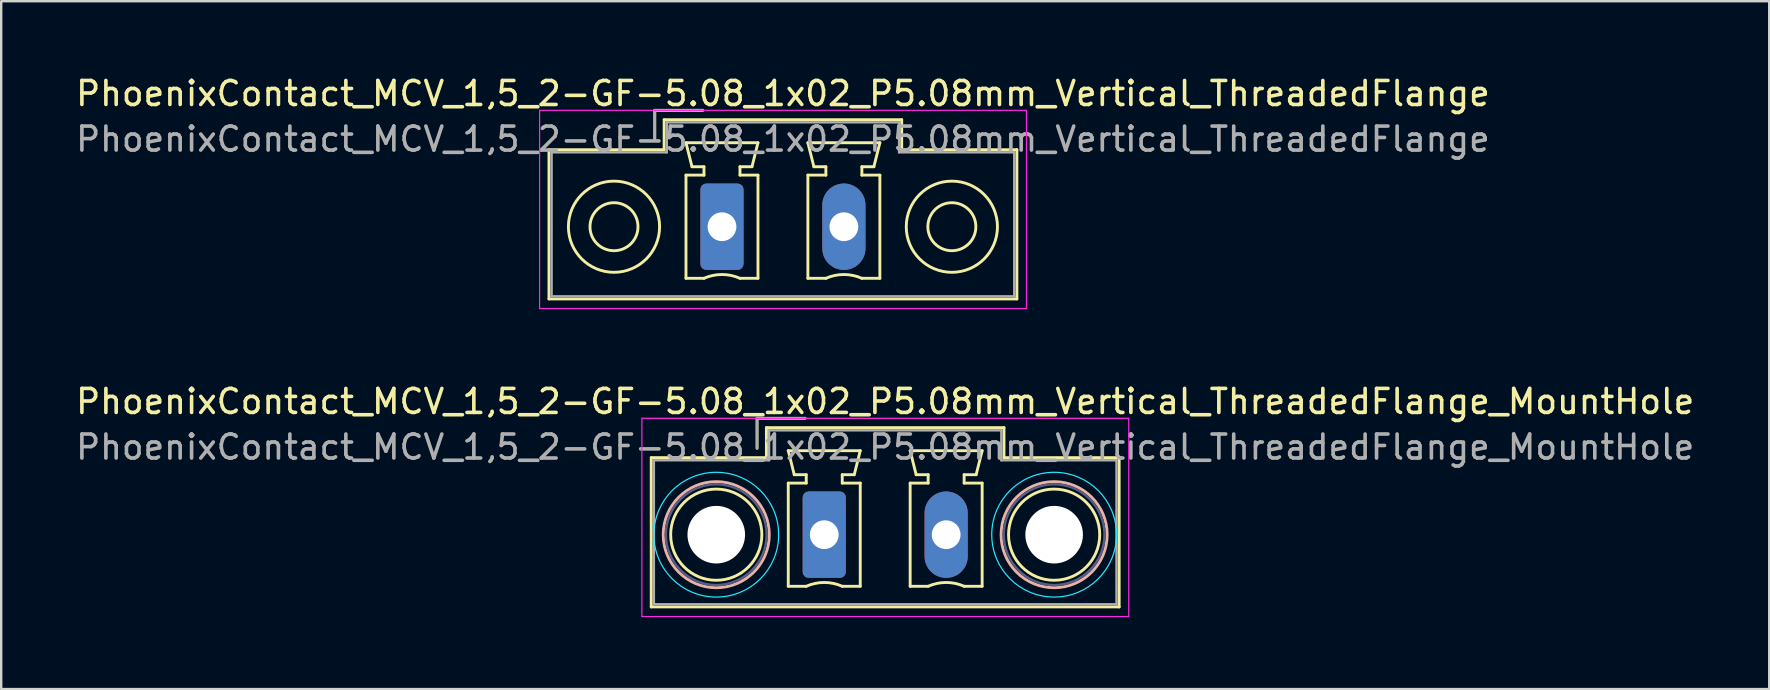
<source format=kicad_pcb>
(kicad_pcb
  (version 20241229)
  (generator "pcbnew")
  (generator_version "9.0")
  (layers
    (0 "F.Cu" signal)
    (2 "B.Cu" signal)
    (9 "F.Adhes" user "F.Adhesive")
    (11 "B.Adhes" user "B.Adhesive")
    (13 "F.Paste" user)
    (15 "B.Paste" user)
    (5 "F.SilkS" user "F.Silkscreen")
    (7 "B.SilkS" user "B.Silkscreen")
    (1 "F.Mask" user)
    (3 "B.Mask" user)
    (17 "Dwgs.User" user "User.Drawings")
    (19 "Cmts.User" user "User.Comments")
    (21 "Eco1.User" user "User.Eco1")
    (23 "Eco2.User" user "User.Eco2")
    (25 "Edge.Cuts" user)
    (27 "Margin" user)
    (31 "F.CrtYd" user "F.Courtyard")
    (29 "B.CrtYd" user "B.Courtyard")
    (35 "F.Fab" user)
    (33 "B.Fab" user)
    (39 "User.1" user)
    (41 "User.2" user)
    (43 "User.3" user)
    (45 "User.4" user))
  (footprint "PhoenixContact_MCV_1,5_2-GF-5.08_1x02_P5.08mm_Vertical_ThreadedFlange_MountHole"
    (layer "F.Cu")
    (at 31.299 19.232)
    (property "Reference" "PhoenixContact_MCV_1,5_2-GF-5.08_1x02_P5.08mm_Vertical_ThreadedFlange_MountHole" (at 2.54 -5.55 0) (layer "F.SilkS") (effects (font (size 1 1) (thickness 0.15))))
    (attr through_hole)
    (fp_line (start -7.21 -3.21) (end -7.21 3.01) (stroke (width 0.12) (type solid)) (layer "F.SilkS"))
    (fp_line (start -7.21 3.01) (end 12.29 3.01) (stroke (width 0.12) (type solid)) (layer "F.SilkS"))
    (fp_line (start -2.8 -4.85) (end -0.8 -4.85) (stroke (width 0.12) (type solid)) (layer "F.SilkS"))
    (fp_line (start -2.8 -3.6) (end -2.8 -4.85) (stroke (width 0.12) (type solid)) (layer "F.SilkS"))
    (fp_line (start -2.41 -4.46) (end -2.41 -3.21) (stroke (width 0.12) (type solid)) (layer "F.SilkS"))
    (fp_line (start -2.41 -3.21) (end -7.21 -3.21) (stroke (width 0.12) (type solid)) (layer "F.SilkS"))
    (fp_line (start -1.5 -3.5) (end 1.5 -3.5) (stroke (width 0.12) (type solid)) (layer "F.SilkS"))
    (fp_line (start -1.5 -2.15) (end -0.75 -2.15) (stroke (width 0.12) (type solid)) (layer "F.SilkS"))
    (fp_line (start -1.5 2.15) (end -1.5 -2.15) (stroke (width 0.12) (type solid)) (layer "F.SilkS"))
    (fp_line (start -1.25 -2.5) (end -1.5 -3.5) (stroke (width 0.12) (type solid)) (layer "F.SilkS"))
    (fp_line (start -0.75 -2.5) (end -1.25 -2.5) (stroke (width 0.12) (type solid)) (layer "F.SilkS"))
    (fp_line (start -0.75 -2.15) (end -0.75 -2.5) (stroke (width 0.12) (type solid)) (layer "F.SilkS"))
    (fp_line (start -0.75 2.15) (end -1.5 2.15) (stroke (width 0.12) (type solid)) (layer "F.SilkS"))
    (fp_line (start 0.75 -2.5) (end 0.75 -2.15) (stroke (width 0.12) (type solid)) (layer "F.SilkS"))
    (fp_line (start 0.75 -2.15) (end 1.5 -2.15) (stroke (width 0.12) (type solid)) (layer "F.SilkS"))
    (fp_line (start 1.25 -2.5) (end 0.75 -2.5) (stroke (width 0.12) (type solid)) (layer "F.SilkS"))
    (fp_line (start 1.5 -3.5) (end 1.25 -2.5) (stroke (width 0.12) (type solid)) (layer "F.SilkS"))
    (fp_line (start 1.5 -2.15) (end 1.5 2.15) (stroke (width 0.12) (type solid)) (layer "F.SilkS"))
    (fp_line (start 1.5 2.15) (end 0.75 2.15) (stroke (width 0.12) (type solid)) (layer "F.SilkS"))
    (fp_line (start 3.58 -3.5) (end 6.58 -3.5) (stroke (width 0.12) (type solid)) (layer "F.SilkS"))
    (fp_line (start 3.58 -2.15) (end 4.33 -2.15) (stroke (width 0.12) (type solid)) (layer "F.SilkS"))
    (fp_line (start 3.58 2.15) (end 3.58 -2.15) (stroke (width 0.12) (type solid)) (layer "F.SilkS"))
    (fp_line (start 3.83 -2.5) (end 3.58 -3.5) (stroke (width 0.12) (type solid)) (layer "F.SilkS"))
    (fp_line (start 4.33 -2.5) (end 3.83 -2.5) (stroke (width 0.12) (type solid)) (layer "F.SilkS"))
    (fp_line (start 4.33 -2.15) (end 4.33 -2.5) (stroke (width 0.12) (type solid)) (layer "F.SilkS"))
    (fp_line (start 4.33 2.15) (end 3.58 2.15) (stroke (width 0.12) (type solid)) (layer "F.SilkS"))
    (fp_line (start 5.83 -2.5) (end 5.83 -2.15) (stroke (width 0.12) (type solid)) (layer "F.SilkS"))
    (fp_line (start 5.83 -2.15) (end 6.58 -2.15) (stroke (width 0.12) (type solid)) (layer "F.SilkS"))
    (fp_line (start 6.33 -2.5) (end 5.83 -2.5) (stroke (width 0.12) (type solid)) (layer "F.SilkS"))
    (fp_line (start 6.58 -3.5) (end 6.33 -2.5) (stroke (width 0.12) (type solid)) (layer "F.SilkS"))
    (fp_line (start 6.58 -2.15) (end 6.58 2.15) (stroke (width 0.12) (type solid)) (layer "F.SilkS"))
    (fp_line (start 6.58 2.15) (end 5.83 2.15) (stroke (width 0.12) (type solid)) (layer "F.SilkS"))
    (fp_line (start 7.49 -4.46) (end -2.41 -4.46) (stroke (width 0.12) (type solid)) (layer "F.SilkS"))
    (fp_line (start 7.49 -3.21) (end 7.49 -4.46) (stroke (width 0.12) (type solid)) (layer "F.SilkS"))
    (fp_line (start 12.29 -3.21) (end 7.49 -3.21) (stroke (width 0.12) (type solid)) (layer "F.SilkS"))
    (fp_line (start 12.29 3.01) (end 12.29 -3.21) (stroke (width 0.12) (type solid)) (layer "F.SilkS"))
    (fp_arc (start -0.75 2.15) (mid -0.000193 1.99191) (end 0.749647 2.149844) (stroke (width 0.12) (type solid)) (layer "F.SilkS"))
    (fp_arc (start 4.33 2.15) (mid 5.079807 1.99191) (end 5.829647 2.149844) (stroke (width 0.12) (type solid)) (layer "F.SilkS"))
    (fp_circle (center -4.5 0) (end -2.6 0) (stroke (width 0.12) (type solid)) (fill no) (layer "F.SilkS"))
    (fp_circle (center 9.58 0) (end 11.48 0) (stroke (width 0.12) (type solid)) (fill no) (layer "F.SilkS"))
    (fp_circle (center -4.5 0) (end -2.29 0) (stroke (width 0.12) (type solid)) (fill no) (layer "B.SilkS"))
    (fp_circle (center 9.58 0) (end 11.79 0) (stroke (width 0.12) (type solid)) (fill no) (layer "B.SilkS"))
    (fp_circle (center -4.5 0) (end -1.9 0) (stroke (width 0.05) (type solid)) (fill no) (layer "B.CrtYd"))
    (fp_circle (center 9.58 0) (end 12.18 0) (stroke (width 0.05) (type solid)) (fill no) (layer "B.CrtYd"))
    (fp_line (start -7.6 -4.85) (end -7.6 3.41) (stroke (width 0.05) (type solid)) (layer "F.CrtYd"))
    (fp_line (start -7.6 3.41) (end 12.69 3.41) (stroke (width 0.05) (type solid)) (layer "F.CrtYd"))
    (fp_line (start 12.69 -4.85) (end -7.6 -4.85) (stroke (width 0.05) (type solid)) (layer "F.CrtYd"))
    (fp_line (start 12.69 3.41) (end 12.69 -4.85) (stroke (width 0.05) (type solid)) (layer "F.CrtYd"))
    (fp_circle (center -4.5 0) (end -2.4 0) (stroke (width 0.1) (type solid)) (fill no) (layer "B.Fab"))
    (fp_circle (center 9.58 0) (end 11.68 0) (stroke (width 0.1) (type solid)) (fill no) (layer "B.Fab"))
    (fp_line (start -7.1 -3.1) (end -7.1 2.9) (stroke (width 0.1) (type solid)) (layer "F.Fab"))
    (fp_line (start -7.1 2.9) (end 12.18 2.9) (stroke (width 0.1) (type solid)) (layer "F.Fab"))
    (fp_line (start -2.8 -4.85) (end -0.8 -4.85) (stroke (width 0.1) (type solid)) (layer "F.Fab"))
    (fp_line (start -2.8 -3.6) (end -2.8 -4.85) (stroke (width 0.1) (type solid)) (layer "F.Fab"))
    (fp_line (start -2.3 -4.35) (end -2.3 -3.1) (stroke (width 0.1) (type solid)) (layer "F.Fab"))
    (fp_line (start -2.3 -3.1) (end -7.1 -3.1) (stroke (width 0.1) (type solid)) (layer "F.Fab"))
    (fp_line (start 7.38 -4.35) (end -2.3 -4.35) (stroke (width 0.1) (type solid)) (layer "F.Fab"))
    (fp_line (start 7.38 -3.1) (end 7.38 -4.35) (stroke (width 0.1) (type solid)) (layer "F.Fab"))
    (fp_line (start 12.18 -3.1) (end 7.38 -3.1) (stroke (width 0.1) (type solid)) (layer "F.Fab"))
    (fp_line (start 12.18 2.9) (end 12.18 -3.1) (stroke (width 0.1) (type solid)) (layer "F.Fab"))
    (fp_text user "${REFERENCE}" (at 2.54 -3.65 0) (layer "F.Fab") (effects (font (size 1 1) (thickness 0.15))))
    (pad "" np_thru_hole circle (at -4.5 0) (size 2.4 2.4) (drill 2.4) (layers "*.Cu" "*.Mask"))
    (pad "" np_thru_hole circle (at 9.58 0) (size 2.4 2.4) (drill 2.4) (layers "*.Cu" "*.Mask"))
    (pad "1" thru_hole roundrect (at 0 0) (size 1.8 3.6) (drill 1.2) (layers "*.Cu" "*.Mask") (roundrect_rratio 0.139))
    (pad "2" thru_hole oval (at 5.08 0) (size 1.8 3.6) (drill 1.2) (layers "*.Cu" "*.Mask")))
  (footprint "PhoenixContact_MCV_1,5_2-GF-5.08_1x02_P5.08mm_Vertical_ThreadedFlange"
    (layer "F.Cu")
    (at 27.037 6.398)
    (property "Reference" "PhoenixContact_MCV_1,5_2-GF-5.08_1x02_P5.08mm_Vertical_ThreadedFlange" (at 2.54 -5.55 0) (layer "F.SilkS") (effects (font (size 1 1) (thickness 0.15))))
    (attr through_hole)
    (fp_line (start -7.21 -3.21) (end -7.21 3.01) (stroke (width 0.12) (type solid)) (layer "F.SilkS"))
    (fp_line (start -7.21 3.01) (end 12.29 3.01) (stroke (width 0.12) (type solid)) (layer "F.SilkS"))
    (fp_line (start -2.8 -4.85) (end -0.8 -4.85) (stroke (width 0.12) (type solid)) (layer "F.SilkS"))
    (fp_line (start -2.8 -3.6) (end -2.8 -4.85) (stroke (width 0.12) (type solid)) (layer "F.SilkS"))
    (fp_line (start -2.41 -4.46) (end -2.41 -3.21) (stroke (width 0.12) (type solid)) (layer "F.SilkS"))
    (fp_line (start -2.41 -3.21) (end -7.21 -3.21) (stroke (width 0.12) (type solid)) (layer "F.SilkS"))
    (fp_line (start -1.5 -3.5) (end 1.5 -3.5) (stroke (width 0.12) (type solid)) (layer "F.SilkS"))
    (fp_line (start -1.5 -2.15) (end -0.75 -2.15) (stroke (width 0.12) (type solid)) (layer "F.SilkS"))
    (fp_line (start -1.5 2.15) (end -1.5 -2.15) (stroke (width 0.12) (type solid)) (layer "F.SilkS"))
    (fp_line (start -1.25 -2.5) (end -1.5 -3.5) (stroke (width 0.12) (type solid)) (layer "F.SilkS"))
    (fp_line (start -0.75 -2.5) (end -1.25 -2.5) (stroke (width 0.12) (type solid)) (layer "F.SilkS"))
    (fp_line (start -0.75 -2.15) (end -0.75 -2.5) (stroke (width 0.12) (type solid)) (layer "F.SilkS"))
    (fp_line (start -0.75 2.15) (end -1.5 2.15) (stroke (width 0.12) (type solid)) (layer "F.SilkS"))
    (fp_line (start 0.75 -2.5) (end 0.75 -2.15) (stroke (width 0.12) (type solid)) (layer "F.SilkS"))
    (fp_line (start 0.75 -2.15) (end 1.5 -2.15) (stroke (width 0.12) (type solid)) (layer "F.SilkS"))
    (fp_line (start 1.25 -2.5) (end 0.75 -2.5) (stroke (width 0.12) (type solid)) (layer "F.SilkS"))
    (fp_line (start 1.5 -3.5) (end 1.25 -2.5) (stroke (width 0.12) (type solid)) (layer "F.SilkS"))
    (fp_line (start 1.5 -2.15) (end 1.5 2.15) (stroke (width 0.12) (type solid)) (layer "F.SilkS"))
    (fp_line (start 1.5 2.15) (end 0.75 2.15) (stroke (width 0.12) (type solid)) (layer "F.SilkS"))
    (fp_line (start 3.58 -3.5) (end 6.58 -3.5) (stroke (width 0.12) (type solid)) (layer "F.SilkS"))
    (fp_line (start 3.58 -2.15) (end 4.33 -2.15) (stroke (width 0.12) (type solid)) (layer "F.SilkS"))
    (fp_line (start 3.58 2.15) (end 3.58 -2.15) (stroke (width 0.12) (type solid)) (layer "F.SilkS"))
    (fp_line (start 3.83 -2.5) (end 3.58 -3.5) (stroke (width 0.12) (type solid)) (layer "F.SilkS"))
    (fp_line (start 4.33 -2.5) (end 3.83 -2.5) (stroke (width 0.12) (type solid)) (layer "F.SilkS"))
    (fp_line (start 4.33 -2.15) (end 4.33 -2.5) (stroke (width 0.12) (type solid)) (layer "F.SilkS"))
    (fp_line (start 4.33 2.15) (end 3.58 2.15) (stroke (width 0.12) (type solid)) (layer "F.SilkS"))
    (fp_line (start 5.83 -2.5) (end 5.83 -2.15) (stroke (width 0.12) (type solid)) (layer "F.SilkS"))
    (fp_line (start 5.83 -2.15) (end 6.58 -2.15) (stroke (width 0.12) (type solid)) (layer "F.SilkS"))
    (fp_line (start 6.33 -2.5) (end 5.83 -2.5) (stroke (width 0.12) (type solid)) (layer "F.SilkS"))
    (fp_line (start 6.58 -3.5) (end 6.33 -2.5) (stroke (width 0.12) (type solid)) (layer "F.SilkS"))
    (fp_line (start 6.58 -2.15) (end 6.58 2.15) (stroke (width 0.12) (type solid)) (layer "F.SilkS"))
    (fp_line (start 6.58 2.15) (end 5.83 2.15) (stroke (width 0.12) (type solid)) (layer "F.SilkS"))
    (fp_line (start 7.49 -4.46) (end -2.41 -4.46) (stroke (width 0.12) (type solid)) (layer "F.SilkS"))
    (fp_line (start 7.49 -3.21) (end 7.49 -4.46) (stroke (width 0.12) (type solid)) (layer "F.SilkS"))
    (fp_line (start 12.29 -3.21) (end 7.49 -3.21) (stroke (width 0.12) (type solid)) (layer "F.SilkS"))
    (fp_line (start 12.29 3.01) (end 12.29 -3.21) (stroke (width 0.12) (type solid)) (layer "F.SilkS"))
    (fp_arc (start -0.75 2.15) (mid -0.000193 1.99191) (end 0.749647 2.149844) (stroke (width 0.12) (type solid)) (layer "F.SilkS"))
    (fp_arc (start 4.33 2.15) (mid 5.079807 1.99191) (end 5.829647 2.149844) (stroke (width 0.12) (type solid)) (layer "F.SilkS"))
    (fp_circle (center -4.5 0) (end -3.5 0) (stroke (width 0.12) (type solid)) (fill no) (layer "F.SilkS"))
    (fp_circle (center -4.5 0) (end -2.6 0) (stroke (width 0.12) (type solid)) (fill no) (layer "F.SilkS"))
    (fp_circle (center 9.58 0) (end 10.58 0) (stroke (width 0.12) (type solid)) (fill no) (layer "F.SilkS"))
    (fp_circle (center 9.58 0) (end 11.48 0) (stroke (width 0.12) (type solid)) (fill no) (layer "F.SilkS"))
    (fp_line (start -7.6 -4.85) (end -7.6 3.41) (stroke (width 0.05) (type solid)) (layer "F.CrtYd"))
    (fp_line (start -7.6 3.41) (end 12.69 3.41) (stroke (width 0.05) (type solid)) (layer "F.CrtYd"))
    (fp_line (start 12.69 -4.85) (end -7.6 -4.85) (stroke (width 0.05) (type solid)) (layer "F.CrtYd"))
    (fp_line (start 12.69 3.41) (end 12.69 -4.85) (stroke (width 0.05) (type solid)) (layer "F.CrtYd"))
    (fp_line (start -7.1 -3.1) (end -7.1 2.9) (stroke (width 0.1) (type solid)) (layer "F.Fab"))
    (fp_line (start -7.1 2.9) (end 12.18 2.9) (stroke (width 0.1) (type solid)) (layer "F.Fab"))
    (fp_line (start -2.8 -4.85) (end -0.8 -4.85) (stroke (width 0.1) (type solid)) (layer "F.Fab"))
    (fp_line (start -2.8 -3.6) (end -2.8 -4.85) (stroke (width 0.1) (type solid)) (layer "F.Fab"))
    (fp_line (start -2.3 -4.35) (end -2.3 -3.1) (stroke (width 0.1) (type solid)) (layer "F.Fab"))
    (fp_line (start -2.3 -3.1) (end -7.1 -3.1) (stroke (width 0.1) (type solid)) (layer "F.Fab"))
    (fp_line (start 7.38 -4.35) (end -2.3 -4.35) (stroke (width 0.1) (type solid)) (layer "F.Fab"))
    (fp_line (start 7.38 -3.1) (end 7.38 -4.35) (stroke (width 0.1) (type solid)) (layer "F.Fab"))
    (fp_line (start 12.18 -3.1) (end 7.38 -3.1) (stroke (width 0.1) (type solid)) (layer "F.Fab"))
    (fp_line (start 12.18 2.9) (end 12.18 -3.1) (stroke (width 0.1) (type solid)) (layer "F.Fab"))
    (fp_text user "${REFERENCE}" (at 2.54 -3.65 0) (layer "F.Fab") (effects (font (size 1 1) (thickness 0.15))))
    (pad "1" thru_hole roundrect (at 0 0) (size 1.8 3.6) (drill 1.2) (layers "*.Cu" "*.Mask") (roundrect_rratio 0.139))
    (pad "2" thru_hole oval (at 5.08 0) (size 1.8 3.6) (drill 1.2) (layers "*.Cu" "*.Mask")))
  (gr_rect
    (start -3 -3)
    (end 70.679 25.666)
    (stroke (width 0.1) (type default))
    (fill no)
    (layer "Edge.Cuts")))
</source>
